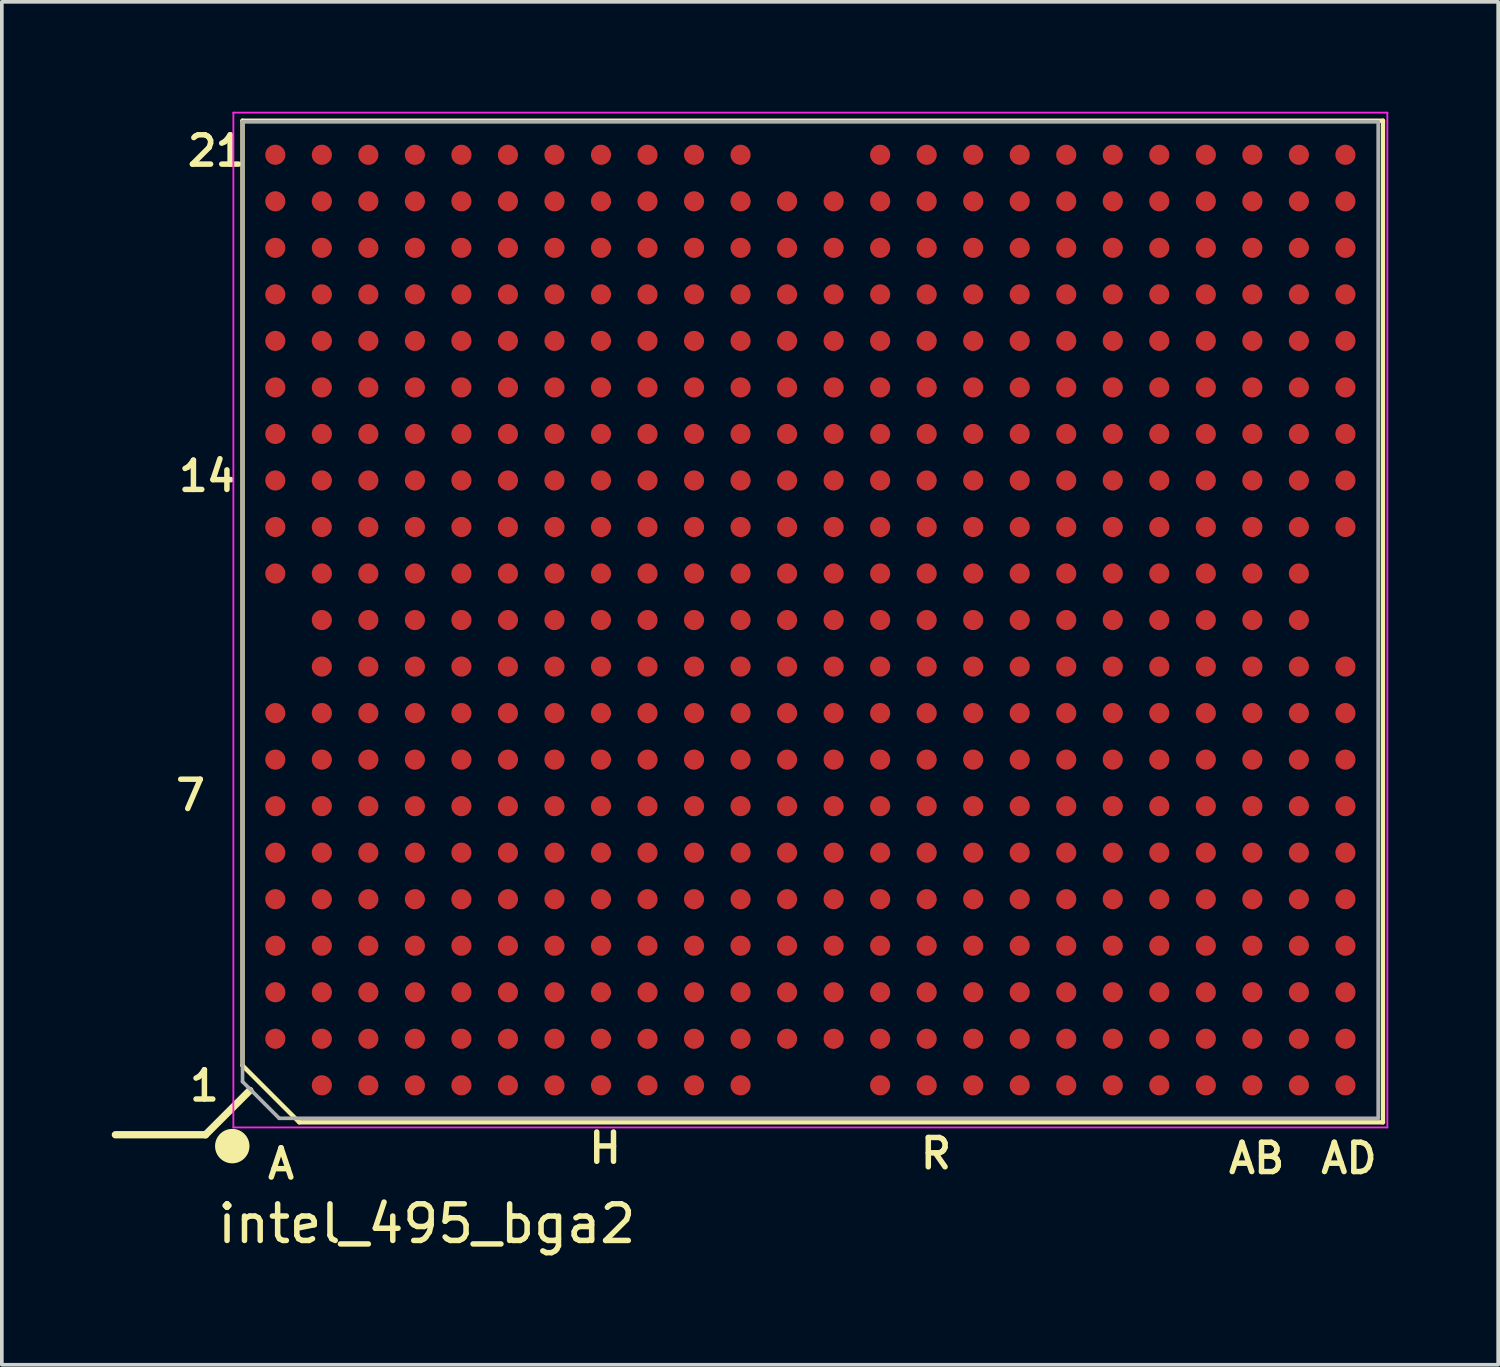
<source format=kicad_pcb>
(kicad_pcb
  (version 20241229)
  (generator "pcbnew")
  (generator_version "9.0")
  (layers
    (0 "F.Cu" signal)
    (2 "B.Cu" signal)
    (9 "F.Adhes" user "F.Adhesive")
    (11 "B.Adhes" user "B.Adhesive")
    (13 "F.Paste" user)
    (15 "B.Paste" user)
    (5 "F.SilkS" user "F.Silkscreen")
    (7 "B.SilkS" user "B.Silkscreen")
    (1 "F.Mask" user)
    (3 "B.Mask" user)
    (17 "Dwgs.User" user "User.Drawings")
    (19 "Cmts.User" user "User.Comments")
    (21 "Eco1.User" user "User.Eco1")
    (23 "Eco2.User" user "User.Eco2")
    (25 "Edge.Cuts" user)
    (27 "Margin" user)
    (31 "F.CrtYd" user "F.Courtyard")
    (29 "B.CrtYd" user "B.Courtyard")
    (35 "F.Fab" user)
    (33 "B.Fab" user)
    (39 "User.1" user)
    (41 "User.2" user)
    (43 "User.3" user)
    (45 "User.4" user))
  (footprint "intel_495_bga2"
    (layer "F.Cu")
    (at 19.07 13.875)
    (property "Reference" "intel_495_bga2" (at -10.47 16.48 0) (layer "F.SilkS") (effects (font (size 1 1) (thickness 0.15))))
    (attr through_hole)
    (fp_line (start -16.51 14.05) (end -18.97 14.05) (stroke (width 0.2) (type solid)) (layer "F.SilkS"))
    (fp_line (start -15.5 -13.63) (end -15.5 12.16) (stroke (width 0.12) (type default)) (layer "F.SilkS"))
    (fp_line (start -15.5 -13.63) (end 15.63 -13.63) (stroke (width 0.12) (type default)) (layer "F.SilkS"))
    (fp_line (start -15.5 12.16) (end -13.95 13.71) (stroke (width 0.12) (type default)) (layer "F.SilkS"))
    (fp_line (start -15.3 12.84) (end -16.51 14.05) (stroke (width 0.2) (type solid)) (layer "F.SilkS"))
    (fp_line (start -13.95 13.71) (end 15.63 13.71) (stroke (width 0.12) (type default)) (layer "F.SilkS"))
    (fp_line (start 15.63 13.71) (end 15.63 -13.63) (stroke (width 0.12) (type default)) (layer "F.SilkS"))
    (fp_circle (center -15.78 14.36) (end -15.41 14.36) (stroke (width 0.2) (type solid)) (fill yes) (layer "F.SilkS"))
    (fp_line (start -15.75 -13.85) (end 15.75 -13.85) (stroke (width 0.05) (type default)) (layer "F.CrtYd"))
    (fp_line (start -15.75 13.85) (end -15.75 -13.85) (stroke (width 0.05) (type default)) (layer "F.CrtYd"))
    (fp_line (start 15.75 -13.85) (end 15.75 13.85) (stroke (width 0.05) (type default)) (layer "F.CrtYd"))
    (fp_line (start 15.75 13.85) (end -15.75 13.85) (stroke (width 0.05) (type default)) (layer "F.CrtYd"))
    (fp_line (start -15.5 -13.6) (end -15.5 12.6) (stroke (width 0.1) (type default)) (layer "F.Fab"))
    (fp_line (start -15.5 12.6) (end -14.5 13.6) (stroke (width 0.1) (type default)) (layer "F.Fab"))
    (fp_line (start -14.5 13.6) (end 15.5 13.6) (stroke (width 0.1) (type default)) (layer "F.Fab"))
    (fp_line (start 15.5 -13.6) (end -15.5 -13.6) (stroke (width 0.1) (type default)) (layer "F.Fab"))
    (fp_line (start 15.5 13.6) (end 15.5 -13.6) (stroke (width 0.1) (type default)) (layer "F.Fab"))
    (fp_text user "A" (at -14.89 15.31 0) (unlocked yes) (layer "F.SilkS") (effects (font (size 0.8 0.8) (thickness 0.15)) (justify left bottom)))
    (fp_text user "1" (at -17.02 13.18 0) (unlocked yes) (layer "F.SilkS") (effects (font (size 0.8 0.8) (thickness 0.15)) (justify left bottom)))
    (fp_text user "AB" (at 11.34 15.16 0) (unlocked yes) (layer "F.SilkS") (effects (font (size 0.8 0.8) (thickness 0.15)) (justify left bottom)))
    (fp_text user "H" (at -6.12 14.88 0) (unlocked yes) (layer "F.SilkS") (effects (font (size 0.8 0.8) (thickness 0.15)) (justify left bottom)))
    (fp_text user "AD" (at 13.86 15.16 0) (unlocked yes) (layer "F.SilkS") (effects (font (size 0.8 0.8) (thickness 0.15)) (justify left bottom)))
    (fp_text user "21" (at -17.08 -12.34 0) (unlocked yes) (layer "F.SilkS") (effects (font (size 0.8 0.8) (thickness 0.15)) (justify left bottom)))
    (fp_text user "7" (at -17.4 5.25 0) (unlocked yes) (layer "F.SilkS") (effects (font (size 0.8 0.8) (thickness 0.15)) (justify left bottom)))
    (fp_text user "R" (at 2.93 15.03 0) (unlocked yes) (layer "F.SilkS") (effects (font (size 0.8 0.8) (thickness 0.15)) (justify left bottom)))
    (fp_text user "14" (at -17.32 -3.46 0) (unlocked yes) (layer "F.SilkS") (effects (font (size 0.8 0.8) (thickness 0.15)) (justify left bottom)))
    (pad "A2" smd circle (at -14.605 11.43 90) (size 0.55 0.55) (layers "F.Cu" "F.Mask" "F.Paste"))
    (pad "A3" smd circle (at -14.605 10.16 90) (size 0.55 0.55) (layers "F.Cu" "F.Mask" "F.Paste"))
    (pad "A4" smd circle (at -14.605 8.89 90) (size 0.55 0.55) (layers "F.Cu" "F.Mask" "F.Paste"))
    (pad "A5" smd circle (at -14.605 7.62 90) (size 0.55 0.55) (layers "F.Cu" "F.Mask" "F.Paste"))
    (pad "A6" smd circle (at -14.605 6.35 90) (size 0.55 0.55) (layers "F.Cu" "F.Mask" "F.Paste"))
    (pad "A7" smd circle (at -14.605 5.08 90) (size 0.55 0.55) (layers "F.Cu" "F.Mask" "F.Paste"))
    (pad "A8" smd circle (at -14.605 3.81 90) (size 0.55 0.55) (layers "F.Cu" "F.Mask" "F.Paste"))
    (pad "A9" smd circle (at -14.605 2.54 90) (size 0.55 0.55) (layers "F.Cu" "F.Mask" "F.Paste"))
    (pad "A12" smd circle (at -14.605 -1.27 90) (size 0.55 0.55) (layers "F.Cu" "F.Mask" "F.Paste"))
    (pad "A13" smd circle (at -14.605 -2.54 90) (size 0.55 0.55) (layers "F.Cu" "F.Mask" "F.Paste"))
    (pad "A14" smd circle (at -14.605 -3.81 90) (size 0.55 0.55) (layers "F.Cu" "F.Mask" "F.Paste"))
    (pad "A15" smd circle (at -14.605 -5.08 90) (size 0.55 0.55) (layers "F.Cu" "F.Mask" "F.Paste"))
    (pad "A16" smd circle (at -14.605 -6.35 90) (size 0.55 0.55) (layers "F.Cu" "F.Mask" "F.Paste"))
    (pad "A17" smd circle (at -14.605 -7.62 90) (size 0.55 0.55) (layers "F.Cu" "F.Mask" "F.Paste"))
    (pad "A18" smd circle (at -14.605 -8.89 90) (size 0.55 0.55) (layers "F.Cu" "F.Mask" "F.Paste"))
    (pad "A19" smd circle (at -14.605 -10.16 90) (size 0.55 0.55) (layers "F.Cu" "F.Mask" "F.Paste"))
    (pad "A20" smd circle (at -14.605 -11.43 90) (size 0.55 0.55) (layers "F.Cu" "F.Mask" "F.Paste"))
    (pad "A21" smd circle (at -14.605 -12.7 90) (size 0.55 0.55) (layers "F.Cu" "F.Mask" "F.Paste"))
    (pad "AA1" smd circle (at 10.795 12.7 90) (size 0.55 0.55) (layers "F.Cu" "F.Mask" "F.Paste"))
    (pad "AA2" smd circle (at 10.795 11.43 90) (size 0.55 0.55) (layers "F.Cu" "F.Mask" "F.Paste"))
    (pad "AA3" smd circle (at 10.795 10.16 90) (size 0.55 0.55) (layers "F.Cu" "F.Mask" "F.Paste"))
    (pad "AA4" smd circle (at 10.795 8.89 90) (size 0.55 0.55) (layers "F.Cu" "F.Mask" "F.Paste"))
    (pad "AA5" smd circle (at 10.795 7.62 90) (size 0.55 0.55) (layers "F.Cu" "F.Mask" "F.Paste"))
    (pad "AA6" smd circle (at 10.795 6.35 90) (size 0.55 0.55) (layers "F.Cu" "F.Mask" "F.Paste"))
    (pad "AA7" smd circle (at 10.795 5.08 90) (size 0.55 0.55) (layers "F.Cu" "F.Mask" "F.Paste"))
    (pad "AA8" smd circle (at 10.795 3.81 90) (size 0.55 0.55) (layers "F.Cu" "F.Mask" "F.Paste"))
    (pad "AA9" smd circle (at 10.795 2.54 90) (size 0.55 0.55) (layers "F.Cu" "F.Mask" "F.Paste"))
    (pad "AA10" smd circle (at 10.795 1.27 90) (size 0.55 0.55) (layers "F.Cu" "F.Mask" "F.Paste"))
    (pad "AA11" smd circle (at 10.795 0 90) (size 0.55 0.55) (layers "F.Cu" "F.Mask" "F.Paste"))
    (pad "AA12" smd circle (at 10.795 -1.27 90) (size 0.55 0.55) (layers "F.Cu" "F.Mask" "F.Paste"))
    (pad "AA13" smd circle (at 10.795 -2.54 90) (size 0.55 0.55) (layers "F.Cu" "F.Mask" "F.Paste"))
    (pad "AA14" smd circle (at 10.795 -3.81 90) (size 0.55 0.55) (layers "F.Cu" "F.Mask" "F.Paste"))
    (pad "AA15" smd circle (at 10.795 -5.08 90) (size 0.55 0.55) (layers "F.Cu" "F.Mask" "F.Paste"))
    (pad "AA16" smd circle (at 10.795 -6.35 90) (size 0.55 0.55) (layers "F.Cu" "F.Mask" "F.Paste"))
    (pad "AA17" smd circle (at 10.795 -7.62 90) (size 0.55 0.55) (layers "F.Cu" "F.Mask" "F.Paste"))
    (pad "AA18" smd circle (at 10.795 -8.89 90) (size 0.55 0.55) (layers "F.Cu" "F.Mask" "F.Paste"))
    (pad "AA19" smd circle (at 10.795 -10.16 90) (size 0.55 0.55) (layers "F.Cu" "F.Mask" "F.Paste"))
    (pad "AA20" smd circle (at 10.795 -11.43 90) (size 0.55 0.55) (layers "F.Cu" "F.Mask" "F.Paste"))
    (pad "AA21" smd circle (at 10.795 -12.7 90) (size 0.55 0.55) (layers "F.Cu" "F.Mask" "F.Paste"))
    (pad "AB1" smd circle (at 12.065 12.7 90) (size 0.55 0.55) (layers "F.Cu" "F.Mask" "F.Paste"))
    (pad "AB2" smd circle (at 12.065 11.43 90) (size 0.55 0.55) (layers "F.Cu" "F.Mask" "F.Paste"))
    (pad "AB3" smd circle (at 12.065 10.16 90) (size 0.55 0.55) (layers "F.Cu" "F.Mask" "F.Paste"))
    (pad "AB4" smd circle (at 12.065 8.89 90) (size 0.55 0.55) (layers "F.Cu" "F.Mask" "F.Paste"))
    (pad "AB5" smd circle (at 12.065 7.62 90) (size 0.55 0.55) (layers "F.Cu" "F.Mask" "F.Paste"))
    (pad "AB6" smd circle (at 12.065 6.35 90) (size 0.55 0.55) (layers "F.Cu" "F.Mask" "F.Paste"))
    (pad "AB7" smd circle (at 12.065 5.08 90) (size 0.55 0.55) (layers "F.Cu" "F.Mask" "F.Paste"))
    (pad "AB8" smd circle (at 12.065 3.81 90) (size 0.55 0.55) (layers "F.Cu" "F.Mask" "F.Paste"))
    (pad "AB9" smd circle (at 12.065 2.54 90) (size 0.55 0.55) (layers "F.Cu" "F.Mask" "F.Paste"))
    (pad "AB10" smd circle (at 12.065 1.27 90) (size 0.55 0.55) (layers "F.Cu" "F.Mask" "F.Paste"))
    (pad "AB11" smd circle (at 12.065 0 90) (size 0.55 0.55) (layers "F.Cu" "F.Mask" "F.Paste"))
    (pad "AB12" smd circle (at 12.065 -1.27 90) (size 0.55 0.55) (layers "F.Cu" "F.Mask" "F.Paste"))
    (pad "AB13" smd circle (at 12.065 -2.54 90) (size 0.55 0.55) (layers "F.Cu" "F.Mask" "F.Paste"))
    (pad "AB14" smd circle (at 12.065 -3.81 90) (size 0.55 0.55) (layers "F.Cu" "F.Mask" "F.Paste"))
    (pad "AB15" smd circle (at 12.065 -5.08 90) (size 0.55 0.55) (layers "F.Cu" "F.Mask" "F.Paste"))
    (pad "AB16" smd circle (at 12.065 -6.35 90) (size 0.55 0.55) (layers "F.Cu" "F.Mask" "F.Paste"))
    (pad "AB17" smd circle (at 12.065 -7.62 90) (size 0.55 0.55) (layers "F.Cu" "F.Mask" "F.Paste"))
    (pad "AB18" smd circle (at 12.065 -8.89 90) (size 0.55 0.55) (layers "F.Cu" "F.Mask" "F.Paste"))
    (pad "AB19" smd circle (at 12.065 -10.16 90) (size 0.55 0.55) (layers "F.Cu" "F.Mask" "F.Paste"))
    (pad "AB20" smd circle (at 12.065 -11.43 90) (size 0.55 0.55) (layers "F.Cu" "F.Mask" "F.Paste"))
    (pad "AB21" smd circle (at 12.065 -12.7 90) (size 0.55 0.55) (layers "F.Cu" "F.Mask" "F.Paste"))
    (pad "AC1" smd circle (at 13.335 12.7 90) (size 0.55 0.55) (layers "F.Cu" "F.Mask" "F.Paste"))
    (pad "AC2" smd circle (at 13.335 11.43 90) (size 0.55 0.55) (layers "F.Cu" "F.Mask" "F.Paste"))
    (pad "AC3" smd circle (at 13.335 10.16 90) (size 0.55 0.55) (layers "F.Cu" "F.Mask" "F.Paste"))
    (pad "AC4" smd circle (at 13.335 8.89 90) (size 0.55 0.55) (layers "F.Cu" "F.Mask" "F.Paste"))
    (pad "AC5" smd circle (at 13.335 7.62 90) (size 0.55 0.55) (layers "F.Cu" "F.Mask" "F.Paste"))
    (pad "AC6" smd circle (at 13.335 6.35 90) (size 0.55 0.55) (layers "F.Cu" "F.Mask" "F.Paste"))
    (pad "AC7" smd circle (at 13.335 5.08 90) (size 0.55 0.55) (layers "F.Cu" "F.Mask" "F.Paste"))
    (pad "AC8" smd circle (at 13.335 3.81 90) (size 0.55 0.55) (layers "F.Cu" "F.Mask" "F.Paste"))
    (pad "AC9" smd circle (at 13.335 2.54 90) (size 0.55 0.55) (layers "F.Cu" "F.Mask" "F.Paste"))
    (pad "AC10" smd circle (at 13.335 1.27 90) (size 0.55 0.55) (layers "F.Cu" "F.Mask" "F.Paste"))
    (pad "AC11" smd circle (at 13.335 0 90) (size 0.55 0.55) (layers "F.Cu" "F.Mask" "F.Paste"))
    (pad "AC12" smd circle (at 13.335 -1.27 90) (size 0.55 0.55) (layers "F.Cu" "F.Mask" "F.Paste"))
    (pad "AC13" smd circle (at 13.335 -2.54 90) (size 0.55 0.55) (layers "F.Cu" "F.Mask" "F.Paste"))
    (pad "AC14" smd circle (at 13.335 -3.81 90) (size 0.55 0.55) (layers "F.Cu" "F.Mask" "F.Paste"))
    (pad "AC15" smd circle (at 13.335 -5.08 90) (size 0.55 0.55) (layers "F.Cu" "F.Mask" "F.Paste"))
    (pad "AC16" smd circle (at 13.335 -6.35 90) (size 0.55 0.55) (layers "F.Cu" "F.Mask" "F.Paste"))
    (pad "AC17" smd circle (at 13.335 -7.62 90) (size 0.55 0.55) (layers "F.Cu" "F.Mask" "F.Paste"))
    (pad "AC18" smd circle (at 13.335 -8.89 90) (size 0.55 0.55) (layers "F.Cu" "F.Mask" "F.Paste"))
    (pad "AC19" smd circle (at 13.335 -10.16 90) (size 0.55 0.55) (layers "F.Cu" "F.Mask" "F.Paste"))
    (pad "AC20" smd circle (at 13.335 -11.43 90) (size 0.55 0.55) (layers "F.Cu" "F.Mask" "F.Paste"))
    (pad "AC21" smd circle (at 13.335 -12.7 90) (size 0.55 0.55) (layers "F.Cu" "F.Mask" "F.Paste"))
    (pad "AD1" smd circle (at 14.605 12.7 90) (size 0.55 0.55) (layers "F.Cu" "F.Mask" "F.Paste"))
    (pad "AD2" smd circle (at 14.605 11.43 90) (size 0.55 0.55) (layers "F.Cu" "F.Mask" "F.Paste"))
    (pad "AD3" smd circle (at 14.605 10.16 90) (size 0.55 0.55) (layers "F.Cu" "F.Mask" "F.Paste"))
    (pad "AD4" smd circle (at 14.605 8.89 90) (size 0.55 0.55) (layers "F.Cu" "F.Mask" "F.Paste"))
    (pad "AD5" smd circle (at 14.605 7.62 90) (size 0.55 0.55) (layers "F.Cu" "F.Mask" "F.Paste"))
    (pad "AD6" smd circle (at 14.605 6.35 90) (size 0.55 0.55) (layers "F.Cu" "F.Mask" "F.Paste"))
    (pad "AD7" smd circle (at 14.605 5.08 90) (size 0.55 0.55) (layers "F.Cu" "F.Mask" "F.Paste"))
    (pad "AD8" smd circle (at 14.605 3.81 90) (size 0.55 0.55) (layers "F.Cu" "F.Mask" "F.Paste"))
    (pad "AD9" smd circle (at 14.605 2.54 90) (size 0.55 0.55) (layers "F.Cu" "F.Mask" "F.Paste"))
    (pad "AD10" smd circle (at 14.605 1.27 90) (size 0.55 0.55) (layers "F.Cu" "F.Mask" "F.Paste"))
    (pad "AD13" smd circle (at 14.605 -2.54 90) (size 0.55 0.55) (layers "F.Cu" "F.Mask" "F.Paste"))
    (pad "AD14" smd circle (at 14.605 -3.81 90) (size 0.55 0.55) (layers "F.Cu" "F.Mask" "F.Paste"))
    (pad "AD15" smd circle (at 14.605 -5.08 90) (size 0.55 0.55) (layers "F.Cu" "F.Mask" "F.Paste"))
    (pad "AD16" smd circle (at 14.605 -6.35 90) (size 0.55 0.55) (layers "F.Cu" "F.Mask" "F.Paste"))
    (pad "AD17" smd circle (at 14.605 -7.62 90) (size 0.55 0.55) (layers "F.Cu" "F.Mask" "F.Paste"))
    (pad "AD18" smd circle (at 14.605 -8.89 90) (size 0.55 0.55) (layers "F.Cu" "F.Mask" "F.Paste"))
    (pad "AD19" smd circle (at 14.605 -10.16 90) (size 0.55 0.55) (layers "F.Cu" "F.Mask" "F.Paste"))
    (pad "AD20" smd circle (at 14.605 -11.43 90) (size 0.55 0.55) (layers "F.Cu" "F.Mask" "F.Paste"))
    (pad "AD21" smd circle (at 14.605 -12.7 90) (size 0.55 0.55) (layers "F.Cu" "F.Mask" "F.Paste"))
    (pad "B1" smd circle (at -13.335 12.7 90) (size 0.55 0.55) (layers "F.Cu" "F.Mask" "F.Paste"))
    (pad "B2" smd circle (at -13.335 11.43 90) (size 0.55 0.55) (layers "F.Cu" "F.Mask" "F.Paste"))
    (pad "B3" smd circle (at -13.335 10.16 90) (size 0.55 0.55) (layers "F.Cu" "F.Mask" "F.Paste"))
    (pad "B4" smd circle (at -13.335 8.89 90) (size 0.55 0.55) (layers "F.Cu" "F.Mask" "F.Paste"))
    (pad "B5" smd circle (at -13.335 7.62 90) (size 0.55 0.55) (layers "F.Cu" "F.Mask" "F.Paste"))
    (pad "B6" smd circle (at -13.335 6.35 90) (size 0.55 0.55) (layers "F.Cu" "F.Mask" "F.Paste"))
    (pad "B7" smd circle (at -13.335 5.08 90) (size 0.55 0.55) (layers "F.Cu" "F.Mask" "F.Paste"))
    (pad "B8" smd circle (at -13.335 3.81 90) (size 0.55 0.55) (layers "F.Cu" "F.Mask" "F.Paste"))
    (pad "B9" smd circle (at -13.335 2.54 90) (size 0.55 0.55) (layers "F.Cu" "F.Mask" "F.Paste"))
    (pad "B10" smd circle (at -13.335 1.27 90) (size 0.55 0.55) (layers "F.Cu" "F.Mask" "F.Paste"))
    (pad "B11" smd circle (at -13.335 0 90) (size 0.55 0.55) (layers "F.Cu" "F.Mask" "F.Paste"))
    (pad "B12" smd circle (at -13.335 -1.27 90) (size 0.55 0.55) (layers "F.Cu" "F.Mask" "F.Paste"))
    (pad "B13" smd circle (at -13.335 -2.54 90) (size 0.55 0.55) (layers "F.Cu" "F.Mask" "F.Paste"))
    (pad "B14" smd circle (at -13.335 -3.81 90) (size 0.55 0.55) (layers "F.Cu" "F.Mask" "F.Paste"))
    (pad "B15" smd circle (at -13.335 -5.08 90) (size 0.55 0.55) (layers "F.Cu" "F.Mask" "F.Paste"))
    (pad "B16" smd circle (at -13.335 -6.35 90) (size 0.55 0.55) (layers "F.Cu" "F.Mask" "F.Paste"))
    (pad "B17" smd circle (at -13.335 -7.62 90) (size 0.55 0.55) (layers "F.Cu" "F.Mask" "F.Paste"))
    (pad "B18" smd circle (at -13.335 -8.89 90) (size 0.55 0.55) (layers "F.Cu" "F.Mask" "F.Paste"))
    (pad "B19" smd circle (at -13.335 -10.16 90) (size 0.55 0.55) (layers "F.Cu" "F.Mask" "F.Paste"))
    (pad "B20" smd circle (at -13.335 -11.43 90) (size 0.55 0.55) (layers "F.Cu" "F.Mask" "F.Paste"))
    (pad "B21" smd circle (at -13.335 -12.7 90) (size 0.55 0.55) (layers "F.Cu" "F.Mask" "F.Paste"))
    (pad "C1" smd circle (at -12.065 12.7 90) (size 0.55 0.55) (layers "F.Cu" "F.Mask" "F.Paste"))
    (pad "C2" smd circle (at -12.065 11.43 90) (size 0.55 0.55) (layers "F.Cu" "F.Mask" "F.Paste"))
    (pad "C3" smd circle (at -12.065 10.16 90) (size 0.55 0.55) (layers "F.Cu" "F.Mask" "F.Paste"))
    (pad "C4" smd circle (at -12.065 8.89 90) (size 0.55 0.55) (layers "F.Cu" "F.Mask" "F.Paste"))
    (pad "C5" smd circle (at -12.065 7.62 90) (size 0.55 0.55) (layers "F.Cu" "F.Mask" "F.Paste"))
    (pad "C6" smd circle (at -12.065 6.35 90) (size 0.55 0.55) (layers "F.Cu" "F.Mask" "F.Paste"))
    (pad "C7" smd circle (at -12.065 5.08 90) (size 0.55 0.55) (layers "F.Cu" "F.Mask" "F.Paste"))
    (pad "C8" smd circle (at -12.065 3.81 90) (size 0.55 0.55) (layers "F.Cu" "F.Mask" "F.Paste"))
    (pad "C9" smd circle (at -12.065 2.54 90) (size 0.55 0.55) (layers "F.Cu" "F.Mask" "F.Paste"))
    (pad "C10" smd circle (at -12.065 1.27 90) (size 0.55 0.55) (layers "F.Cu" "F.Mask" "F.Paste"))
    (pad "C11" smd circle (at -12.065 0 90) (size 0.55 0.55) (layers "F.Cu" "F.Mask" "F.Paste"))
    (pad "C12" smd circle (at -12.065 -1.27 90) (size 0.55 0.55) (layers "F.Cu" "F.Mask" "F.Paste"))
    (pad "C13" smd circle (at -12.065 -2.54 90) (size 0.55 0.55) (layers "F.Cu" "F.Mask" "F.Paste"))
    (pad "C14" smd circle (at -12.065 -3.81 90) (size 0.55 0.55) (layers "F.Cu" "F.Mask" "F.Paste"))
    (pad "C15" smd circle (at -12.065 -5.08 90) (size 0.55 0.55) (layers "F.Cu" "F.Mask" "F.Paste"))
    (pad "C16" smd circle (at -12.065 -6.35 90) (size 0.55 0.55) (layers "F.Cu" "F.Mask" "F.Paste"))
    (pad "C17" smd circle (at -12.065 -7.62 90) (size 0.55 0.55) (layers "F.Cu" "F.Mask" "F.Paste"))
    (pad "C18" smd circle (at -12.065 -8.89 90) (size 0.55 0.55) (layers "F.Cu" "F.Mask" "F.Paste"))
    (pad "C19" smd circle (at -12.065 -10.16 90) (size 0.55 0.55) (layers "F.Cu" "F.Mask" "F.Paste"))
    (pad "C20" smd circle (at -12.065 -11.43 90) (size 0.55 0.55) (layers "F.Cu" "F.Mask" "F.Paste"))
    (pad "C21" smd circle (at -12.065 -12.7 90) (size 0.55 0.55) (layers "F.Cu" "F.Mask" "F.Paste"))
    (pad "D1" smd circle (at -10.795 12.7 90) (size 0.55 0.55) (layers "F.Cu" "F.Mask" "F.Paste"))
    (pad "D2" smd circle (at -10.795 11.43 90) (size 0.55 0.55) (layers "F.Cu" "F.Mask" "F.Paste"))
    (pad "D3" smd circle (at -10.795 10.16 90) (size 0.55 0.55) (layers "F.Cu" "F.Mask" "F.Paste"))
    (pad "D4" smd circle (at -10.795 8.89 90) (size 0.55 0.55) (layers "F.Cu" "F.Mask" "F.Paste"))
    (pad "D5" smd circle (at -10.795 7.62 90) (size 0.55 0.55) (layers "F.Cu" "F.Mask" "F.Paste"))
    (pad "D6" smd circle (at -10.795 6.35 90) (size 0.55 0.55) (layers "F.Cu" "F.Mask" "F.Paste"))
    (pad "D7" smd circle (at -10.795 5.08 90) (size 0.55 0.55) (layers "F.Cu" "F.Mask" "F.Paste"))
    (pad "D8" smd circle (at -10.795 3.81 90) (size 0.55 0.55) (layers "F.Cu" "F.Mask" "F.Paste"))
    (pad "D9" smd circle (at -10.795 2.54 90) (size 0.55 0.55) (layers "F.Cu" "F.Mask" "F.Paste"))
    (pad "D10" smd circle (at -10.795 1.27 90) (size 0.55 0.55) (layers "F.Cu" "F.Mask" "F.Paste"))
    (pad "D11" smd circle (at -10.795 0 90) (size 0.55 0.55) (layers "F.Cu" "F.Mask" "F.Paste"))
    (pad "D12" smd circle (at -10.795 -1.27 90) (size 0.55 0.55) (layers "F.Cu" "F.Mask" "F.Paste"))
    (pad "D13" smd circle (at -10.795 -2.54 90) (size 0.55 0.55) (layers "F.Cu" "F.Mask" "F.Paste"))
    (pad "D14" smd circle (at -10.795 -3.81 90) (size 0.55 0.55) (layers "F.Cu" "F.Mask" "F.Paste"))
    (pad "D15" smd circle (at -10.795 -5.08 90) (size 0.55 0.55) (layers "F.Cu" "F.Mask" "F.Paste"))
    (pad "D16" smd circle (at -10.795 -6.35 90) (size 0.55 0.55) (layers "F.Cu" "F.Mask" "F.Paste"))
    (pad "D17" smd circle (at -10.795 -7.62 90) (size 0.55 0.55) (layers "F.Cu" "F.Mask" "F.Paste"))
    (pad "D18" smd circle (at -10.795 -8.89 90) (size 0.55 0.55) (layers "F.Cu" "F.Mask" "F.Paste"))
    (pad "D19" smd circle (at -10.795 -10.16 90) (size 0.55 0.55) (layers "F.Cu" "F.Mask" "F.Paste"))
    (pad "D20" smd circle (at -10.795 -11.43 90) (size 0.55 0.55) (layers "F.Cu" "F.Mask" "F.Paste"))
    (pad "D21" smd circle (at -10.795 -12.7 90) (size 0.55 0.55) (layers "F.Cu" "F.Mask" "F.Paste"))
    (pad "E1" smd circle (at -9.525 12.7 90) (size 0.55 0.55) (layers "F.Cu" "F.Mask" "F.Paste"))
    (pad "E2" smd circle (at -9.525 11.43 90) (size 0.55 0.55) (layers "F.Cu" "F.Mask" "F.Paste"))
    (pad "E3" smd circle (at -9.525 10.16 90) (size 0.55 0.55) (layers "F.Cu" "F.Mask" "F.Paste"))
    (pad "E4" smd circle (at -9.525 8.89 90) (size 0.55 0.55) (layers "F.Cu" "F.Mask" "F.Paste"))
    (pad "E5" smd circle (at -9.525 7.62 90) (size 0.55 0.55) (layers "F.Cu" "F.Mask" "F.Paste"))
    (pad "E6" smd circle (at -9.525 6.35 90) (size 0.55 0.55) (layers "F.Cu" "F.Mask" "F.Paste"))
    (pad "E7" smd circle (at -9.525 5.08 90) (size 0.55 0.55) (layers "F.Cu" "F.Mask" "F.Paste"))
    (pad "E8" smd circle (at -9.525 3.81 90) (size 0.55 0.55) (layers "F.Cu" "F.Mask" "F.Paste"))
    (pad "E9" smd circle (at -9.525 2.54 90) (size 0.55 0.55) (layers "F.Cu" "F.Mask" "F.Paste"))
    (pad "E10" smd circle (at -9.525 1.27 90) (size 0.55 0.55) (layers "F.Cu" "F.Mask" "F.Paste"))
    (pad "E11" smd circle (at -9.525 0 90) (size 0.55 0.55) (layers "F.Cu" "F.Mask" "F.Paste"))
    (pad "E12" smd circle (at -9.525 -1.27 90) (size 0.55 0.55) (layers "F.Cu" "F.Mask" "F.Paste"))
    (pad "E13" smd circle (at -9.525 -2.54 90) (size 0.55 0.55) (layers "F.Cu" "F.Mask" "F.Paste"))
    (pad "E14" smd circle (at -9.525 -3.81 90) (size 0.55 0.55) (layers "F.Cu" "F.Mask" "F.Paste"))
    (pad "E15" smd circle (at -9.525 -5.08 90) (size 0.55 0.55) (layers "F.Cu" "F.Mask" "F.Paste"))
    (pad "E16" smd circle (at -9.525 -6.35 90) (size 0.55 0.55) (layers "F.Cu" "F.Mask" "F.Paste"))
    (pad "E17" smd circle (at -9.525 -7.62 90) (size 0.55 0.55) (layers "F.Cu" "F.Mask" "F.Paste"))
    (pad "E18" smd circle (at -9.525 -8.89 90) (size 0.55 0.55) (layers "F.Cu" "F.Mask" "F.Paste"))
    (pad "E19" smd circle (at -9.525 -10.16 90) (size 0.55 0.55) (layers "F.Cu" "F.Mask" "F.Paste"))
    (pad "E20" smd circle (at -9.525 -11.43 90) (size 0.55 0.55) (layers "F.Cu" "F.Mask" "F.Paste"))
    (pad "E21" smd circle (at -9.525 -12.7 90) (size 0.55 0.55) (layers "F.Cu" "F.Mask" "F.Paste"))
    (pad "F1" smd circle (at -8.255 12.7 90) (size 0.55 0.55) (layers "F.Cu" "F.Mask" "F.Paste"))
    (pad "F2" smd circle (at -8.255 11.43 90) (size 0.55 0.55) (layers "F.Cu" "F.Mask" "F.Paste"))
    (pad "F3" smd circle (at -8.255 10.16 90) (size 0.55 0.55) (layers "F.Cu" "F.Mask" "F.Paste"))
    (pad "F4" smd circle (at -8.255 8.89 90) (size 0.55 0.55) (layers "F.Cu" "F.Mask" "F.Paste"))
    (pad "F5" smd circle (at -8.255 7.62 90) (size 0.55 0.55) (layers "F.Cu" "F.Mask" "F.Paste"))
    (pad "F6" smd circle (at -8.255 6.35 90) (size 0.55 0.55) (layers "F.Cu" "F.Mask" "F.Paste"))
    (pad "F7" smd circle (at -8.255 5.08 90) (size 0.55 0.55) (layers "F.Cu" "F.Mask" "F.Paste"))
    (pad "F8" smd circle (at -8.255 3.81 90) (size 0.55 0.55) (layers "F.Cu" "F.Mask" "F.Paste"))
    (pad "F9" smd circle (at -8.255 2.54 90) (size 0.55 0.55) (layers "F.Cu" "F.Mask" "F.Paste"))
    (pad "F10" smd circle (at -8.255 1.27 90) (size 0.55 0.55) (layers "F.Cu" "F.Mask" "F.Paste"))
    (pad "F11" smd circle (at -8.255 0 90) (size 0.55 0.55) (layers "F.Cu" "F.Mask" "F.Paste"))
    (pad "F12" smd circle (at -8.255 -1.27 90) (size 0.55 0.55) (layers "F.Cu" "F.Mask" "F.Paste"))
    (pad "F13" smd circle (at -8.255 -2.54 90) (size 0.55 0.55) (layers "F.Cu" "F.Mask" "F.Paste"))
    (pad "F14" smd circle (at -8.255 -3.81 90) (size 0.55 0.55) (layers "F.Cu" "F.Mask" "F.Paste"))
    (pad "F15" smd circle (at -8.255 -5.08 90) (size 0.55 0.55) (layers "F.Cu" "F.Mask" "F.Paste"))
    (pad "F16" smd circle (at -8.255 -6.35 90) (size 0.55 0.55) (layers "F.Cu" "F.Mask" "F.Paste"))
    (pad "F17" smd circle (at -8.255 -7.62 90) (size 0.55 0.55) (layers "F.Cu" "F.Mask" "F.Paste"))
    (pad "F18" smd circle (at -8.255 -8.89 90) (size 0.55 0.55) (layers "F.Cu" "F.Mask" "F.Paste"))
    (pad "F19" smd circle (at -8.255 -10.16 90) (size 0.55 0.55) (layers "F.Cu" "F.Mask" "F.Paste"))
    (pad "F20" smd circle (at -8.255 -11.43 90) (size 0.55 0.55) (layers "F.Cu" "F.Mask" "F.Paste"))
    (pad "F21" smd circle (at -8.255 -12.7 90) (size 0.55 0.55) (layers "F.Cu" "F.Mask" "F.Paste"))
    (pad "G1" smd circle (at -6.985 12.7 90) (size 0.55 0.55) (layers "F.Cu" "F.Mask" "F.Paste"))
    (pad "G2" smd circle (at -6.985 11.43 90) (size 0.55 0.55) (layers "F.Cu" "F.Mask" "F.Paste"))
    (pad "G3" smd circle (at -6.985 10.16 90) (size 0.55 0.55) (layers "F.Cu" "F.Mask" "F.Paste"))
    (pad "G4" smd circle (at -6.985 8.89 90) (size 0.55 0.55) (layers "F.Cu" "F.Mask" "F.Paste"))
    (pad "G5" smd circle (at -6.985 7.62 90) (size 0.55 0.55) (layers "F.Cu" "F.Mask" "F.Paste"))
    (pad "G6" smd circle (at -6.985 6.35 90) (size 0.55 0.55) (layers "F.Cu" "F.Mask" "F.Paste"))
    (pad "G7" smd circle (at -6.985 5.08 90) (size 0.55 0.55) (layers "F.Cu" "F.Mask" "F.Paste"))
    (pad "G8" smd circle (at -6.985 3.81 90) (size 0.55 0.55) (layers "F.Cu" "F.Mask" "F.Paste"))
    (pad "G9" smd circle (at -6.985 2.54 90) (size 0.55 0.55) (layers "F.Cu" "F.Mask" "F.Paste"))
    (pad "G10" smd circle (at -6.985 1.27 90) (size 0.55 0.55) (layers "F.Cu" "F.Mask" "F.Paste"))
    (pad "G11" smd circle (at -6.985 0 90) (size 0.55 0.55) (layers "F.Cu" "F.Mask" "F.Paste"))
    (pad "G12" smd circle (at -6.985 -1.27 90) (size 0.55 0.55) (layers "F.Cu" "F.Mask" "F.Paste"))
    (pad "G13" smd circle (at -6.985 -2.54 90) (size 0.55 0.55) (layers "F.Cu" "F.Mask" "F.Paste"))
    (pad "G14" smd circle (at -6.985 -3.81 90) (size 0.55 0.55) (layers "F.Cu" "F.Mask" "F.Paste"))
    (pad "G15" smd circle (at -6.985 -5.08 90) (size 0.55 0.55) (layers "F.Cu" "F.Mask" "F.Paste"))
    (pad "G16" smd circle (at -6.985 -6.35 90) (size 0.55 0.55) (layers "F.Cu" "F.Mask" "F.Paste"))
    (pad "G17" smd circle (at -6.985 -7.62 90) (size 0.55 0.55) (layers "F.Cu" "F.Mask" "F.Paste"))
    (pad "G18" smd circle (at -6.985 -8.89 90) (size 0.55 0.55) (layers "F.Cu" "F.Mask" "F.Paste"))
    (pad "G19" smd circle (at -6.985 -10.16 90) (size 0.55 0.55) (layers "F.Cu" "F.Mask" "F.Paste"))
    (pad "G20" smd circle (at -6.985 -11.43 90) (size 0.55 0.55) (layers "F.Cu" "F.Mask" "F.Paste"))
    (pad "G21" smd circle (at -6.985 -12.7 90) (size 0.55 0.55) (layers "F.Cu" "F.Mask" "F.Paste"))
    (pad "H1" smd circle (at -5.715 12.7 90) (size 0.55 0.55) (layers "F.Cu" "F.Mask" "F.Paste"))
    (pad "H2" smd circle (at -5.715 11.43 90) (size 0.55 0.55) (layers "F.Cu" "F.Mask" "F.Paste"))
    (pad "H3" smd circle (at -5.715 10.16 90) (size 0.55 0.55) (layers "F.Cu" "F.Mask" "F.Paste"))
    (pad "H4" smd circle (at -5.715 8.89 90) (size 0.55 0.55) (layers "F.Cu" "F.Mask" "F.Paste"))
    (pad "H5" smd circle (at -5.715 7.62 90) (size 0.55 0.55) (layers "F.Cu" "F.Mask" "F.Paste"))
    (pad "H6" smd circle (at -5.715 6.35 90) (size 0.55 0.55) (layers "F.Cu" "F.Mask" "F.Paste"))
    (pad "H7" smd circle (at -5.715 5.08 90) (size 0.55 0.55) (layers "F.Cu" "F.Mask" "F.Paste"))
    (pad "H8" smd circle (at -5.715 3.81 90) (size 0.55 0.55) (layers "F.Cu" "F.Mask" "F.Paste"))
    (pad "H9" smd circle (at -5.715 2.54 90) (size 0.55 0.55) (layers "F.Cu" "F.Mask" "F.Paste"))
    (pad "H10" smd circle (at -5.715 1.27 90) (size 0.55 0.55) (layers "F.Cu" "F.Mask" "F.Paste"))
    (pad "H11" smd circle (at -5.715 0 90) (size 0.55 0.55) (layers "F.Cu" "F.Mask" "F.Paste"))
    (pad "H12" smd circle (at -5.715 -1.27 90) (size 0.55 0.55) (layers "F.Cu" "F.Mask" "F.Paste"))
    (pad "H13" smd circle (at -5.715 -2.54 90) (size 0.55 0.55) (layers "F.Cu" "F.Mask" "F.Paste"))
    (pad "H14" smd circle (at -5.715 -3.81 90) (size 0.55 0.55) (layers "F.Cu" "F.Mask" "F.Paste"))
    (pad "H15" smd circle (at -5.715 -5.08 90) (size 0.55 0.55) (layers "F.Cu" "F.Mask" "F.Paste"))
    (pad "H16" smd circle (at -5.715 -6.35 90) (size 0.55 0.55) (layers "F.Cu" "F.Mask" "F.Paste"))
    (pad "H17" smd circle (at -5.715 -7.62 90) (size 0.55 0.55) (layers "F.Cu" "F.Mask" "F.Paste"))
    (pad "H18" smd circle (at -5.715 -8.89 90) (size 0.55 0.55) (layers "F.Cu" "F.Mask" "F.Paste"))
    (pad "H19" smd circle (at -5.715 -10.16 90) (size 0.55 0.55) (layers "F.Cu" "F.Mask" "F.Paste"))
    (pad "H20" smd circle (at -5.715 -11.43 90) (size 0.55 0.55) (layers "F.Cu" "F.Mask" "F.Paste"))
    (pad "H21" smd circle (at -5.715 -12.7 90) (size 0.55 0.55) (layers "F.Cu" "F.Mask" "F.Paste"))
    (pad "J1" smd circle (at -4.445 12.7 90) (size 0.55 0.55) (layers "F.Cu" "F.Mask" "F.Paste"))
    (pad "J2" smd circle (at -4.445 11.43 90) (size 0.55 0.55) (layers "F.Cu" "F.Mask" "F.Paste"))
    (pad "J3" smd circle (at -4.445 10.16 90) (size 0.55 0.55) (layers "F.Cu" "F.Mask" "F.Paste"))
    (pad "J4" smd circle (at -4.445 8.89 90) (size 0.55 0.55) (layers "F.Cu" "F.Mask" "F.Paste"))
    (pad "J5" smd circle (at -4.445 7.62 90) (size 0.55 0.55) (layers "F.Cu" "F.Mask" "F.Paste"))
    (pad "J6" smd circle (at -4.445 6.35 90) (size 0.55 0.55) (layers "F.Cu" "F.Mask" "F.Paste"))
    (pad "J7" smd circle (at -4.445 5.08 90) (size 0.55 0.55) (layers "F.Cu" "F.Mask" "F.Paste"))
    (pad "J8" smd circle (at -4.445 3.81 90) (size 0.55 0.55) (layers "F.Cu" "F.Mask" "F.Paste"))
    (pad "J9" smd circle (at -4.445 2.54 90) (size 0.55 0.55) (layers "F.Cu" "F.Mask" "F.Paste"))
    (pad "J10" smd circle (at -4.445 1.27 90) (size 0.55 0.55) (layers "F.Cu" "F.Mask" "F.Paste"))
    (pad "J11" smd circle (at -4.445 0 90) (size 0.55 0.55) (layers "F.Cu" "F.Mask" "F.Paste"))
    (pad "J12" smd circle (at -4.445 -1.27 90) (size 0.55 0.55) (layers "F.Cu" "F.Mask" "F.Paste"))
    (pad "J13" smd circle (at -4.445 -2.54 90) (size 0.55 0.55) (layers "F.Cu" "F.Mask" "F.Paste"))
    (pad "J14" smd circle (at -4.445 -3.81 90) (size 0.55 0.55) (layers "F.Cu" "F.Mask" "F.Paste"))
    (pad "J15" smd circle (at -4.445 -5.08 90) (size 0.55 0.55) (layers "F.Cu" "F.Mask" "F.Paste"))
    (pad "J16" smd circle (at -4.445 -6.35 90) (size 0.55 0.55) (layers "F.Cu" "F.Mask" "F.Paste"))
    (pad "J17" smd circle (at -4.445 -7.62 90) (size 0.55 0.55) (layers "F.Cu" "F.Mask" "F.Paste"))
    (pad "J18" smd circle (at -4.445 -8.89 90) (size 0.55 0.55) (layers "F.Cu" "F.Mask" "F.Paste"))
    (pad "J19" smd circle (at -4.445 -10.16 90) (size 0.55 0.55) (layers "F.Cu" "F.Mask" "F.Paste"))
    (pad "J20" smd circle (at -4.445 -11.43 90) (size 0.55 0.55) (layers "F.Cu" "F.Mask" "F.Paste"))
    (pad "J21" smd circle (at -4.445 -12.7 90) (size 0.55 0.55) (layers "F.Cu" "F.Mask" "F.Paste"))
    (pad "K1" smd circle (at -3.175 12.7 90) (size 0.55 0.55) (layers "F.Cu" "F.Mask" "F.Paste"))
    (pad "K2" smd circle (at -3.175 11.43 90) (size 0.55 0.55) (layers "F.Cu" "F.Mask" "F.Paste"))
    (pad "K3" smd circle (at -3.175 10.16 90) (size 0.55 0.55) (layers "F.Cu" "F.Mask" "F.Paste"))
    (pad "K4" smd circle (at -3.175 8.89 90) (size 0.55 0.55) (layers "F.Cu" "F.Mask" "F.Paste"))
    (pad "K5" smd circle (at -3.175 7.62 90) (size 0.55 0.55) (layers "F.Cu" "F.Mask" "F.Paste"))
    (pad "K6" smd circle (at -3.175 6.35 90) (size 0.55 0.55) (layers "F.Cu" "F.Mask" "F.Paste"))
    (pad "K7" smd circle (at -3.175 5.08 90) (size 0.55 0.55) (layers "F.Cu" "F.Mask" "F.Paste"))
    (pad "K8" smd circle (at -3.175 3.81 90) (size 0.55 0.55) (layers "F.Cu" "F.Mask" "F.Paste"))
    (pad "K9" smd circle (at -3.175 2.54 90) (size 0.55 0.55) (layers "F.Cu" "F.Mask" "F.Paste"))
    (pad "K10" smd circle (at -3.175 1.27 90) (size 0.55 0.55) (layers "F.Cu" "F.Mask" "F.Paste"))
    (pad "K11" smd circle (at -3.175 0 90) (size 0.55 0.55) (layers "F.Cu" "F.Mask" "F.Paste"))
    (pad "K12" smd circle (at -3.175 -1.27 90) (size 0.55 0.55) (layers "F.Cu" "F.Mask" "F.Paste"))
    (pad "K13" smd circle (at -3.175 -2.54 90) (size 0.55 0.55) (layers "F.Cu" "F.Mask" "F.Paste"))
    (pad "K14" smd circle (at -3.175 -3.81 90) (size 0.55 0.55) (layers "F.Cu" "F.Mask" "F.Paste"))
    (pad "K15" smd circle (at -3.175 -5.08 90) (size 0.55 0.55) (layers "F.Cu" "F.Mask" "F.Paste"))
    (pad "K16" smd circle (at -3.175 -6.35 90) (size 0.55 0.55) (layers "F.Cu" "F.Mask" "F.Paste"))
    (pad "K17" smd circle (at -3.175 -7.62 90) (size 0.55 0.55) (layers "F.Cu" "F.Mask" "F.Paste"))
    (pad "K18" smd circle (at -3.175 -8.89 90) (size 0.55 0.55) (layers "F.Cu" "F.Mask" "F.Paste"))
    (pad "K19" smd circle (at -3.175 -10.16 90) (size 0.55 0.55) (layers "F.Cu" "F.Mask" "F.Paste"))
    (pad "K20" smd circle (at -3.175 -11.43 90) (size 0.55 0.55) (layers "F.Cu" "F.Mask" "F.Paste"))
    (pad "K21" smd circle (at -3.175 -12.7 90) (size 0.55 0.55) (layers "F.Cu" "F.Mask" "F.Paste"))
    (pad "L1" smd circle (at -1.905 12.7 90) (size 0.55 0.55) (layers "F.Cu" "F.Mask" "F.Paste"))
    (pad "L2" smd circle (at -1.905 11.43 90) (size 0.55 0.55) (layers "F.Cu" "F.Mask" "F.Paste"))
    (pad "L3" smd circle (at -1.905 10.16 90) (size 0.55 0.55) (layers "F.Cu" "F.Mask" "F.Paste"))
    (pad "L4" smd circle (at -1.905 8.89 90) (size 0.55 0.55) (layers "F.Cu" "F.Mask" "F.Paste"))
    (pad "L5" smd circle (at -1.905 7.62 90) (size 0.55 0.55) (layers "F.Cu" "F.Mask" "F.Paste"))
    (pad "L6" smd circle (at -1.905 6.35 90) (size 0.55 0.55) (layers "F.Cu" "F.Mask" "F.Paste"))
    (pad "L7" smd circle (at -1.905 5.08 90) (size 0.55 0.55) (layers "F.Cu" "F.Mask" "F.Paste"))
    (pad "L8" smd circle (at -1.905 3.81 90) (size 0.55 0.55) (layers "F.Cu" "F.Mask" "F.Paste"))
    (pad "L9" smd circle (at -1.905 2.54 90) (size 0.55 0.55) (layers "F.Cu" "F.Mask" "F.Paste"))
    (pad "L10" smd circle (at -1.905 1.27 90) (size 0.55 0.55) (layers "F.Cu" "F.Mask" "F.Paste"))
    (pad "L11" smd circle (at -1.905 0 90) (size 0.55 0.55) (layers "F.Cu" "F.Mask" "F.Paste"))
    (pad "L12" smd circle (at -1.905 -1.27 90) (size 0.55 0.55) (layers "F.Cu" "F.Mask" "F.Paste"))
    (pad "L13" smd circle (at -1.905 -2.54 90) (size 0.55 0.55) (layers "F.Cu" "F.Mask" "F.Paste"))
    (pad "L14" smd circle (at -1.905 -3.81 90) (size 0.55 0.55) (layers "F.Cu" "F.Mask" "F.Paste"))
    (pad "L15" smd circle (at -1.905 -5.08 90) (size 0.55 0.55) (layers "F.Cu" "F.Mask" "F.Paste"))
    (pad "L16" smd circle (at -1.905 -6.35 90) (size 0.55 0.55) (layers "F.Cu" "F.Mask" "F.Paste"))
    (pad "L17" smd circle (at -1.905 -7.62 90) (size 0.55 0.55) (layers "F.Cu" "F.Mask" "F.Paste"))
    (pad "L18" smd circle (at -1.905 -8.89 90) (size 0.55 0.55) (layers "F.Cu" "F.Mask" "F.Paste"))
    (pad "L19" smd circle (at -1.905 -10.16 90) (size 0.55 0.55) (layers "F.Cu" "F.Mask" "F.Paste"))
    (pad "L20" smd circle (at -1.905 -11.43 90) (size 0.55 0.55) (layers "F.Cu" "F.Mask" "F.Paste"))
    (pad "L21" smd circle (at -1.905 -12.7 90) (size 0.55 0.55) (layers "F.Cu" "F.Mask" "F.Paste"))
    (pad "M2" smd circle (at -0.635 11.43 90) (size 0.55 0.55) (layers "F.Cu" "F.Mask" "F.Paste"))
    (pad "M3" smd circle (at -0.635 10.16 90) (size 0.55 0.55) (layers "F.Cu" "F.Mask" "F.Paste"))
    (pad "M4" smd circle (at -0.635 8.89 90) (size 0.55 0.55) (layers "F.Cu" "F.Mask" "F.Paste"))
    (pad "M5" smd circle (at -0.635 7.62 90) (size 0.55 0.55) (layers "F.Cu" "F.Mask" "F.Paste"))
    (pad "M6" smd circle (at -0.635 6.35 90) (size 0.55 0.55) (layers "F.Cu" "F.Mask" "F.Paste"))
    (pad "M7" smd circle (at -0.635 5.08 90) (size 0.55 0.55) (layers "F.Cu" "F.Mask" "F.Paste"))
    (pad "M8" smd circle (at -0.635 3.81 90) (size 0.55 0.55) (layers "F.Cu" "F.Mask" "F.Paste"))
    (pad "M9" smd circle (at -0.635 2.54 90) (size 0.55 0.55) (layers "F.Cu" "F.Mask" "F.Paste"))
    (pad "M10" smd circle (at -0.635 1.27 90) (size 0.55 0.55) (layers "F.Cu" "F.Mask" "F.Paste"))
    (pad "M11" smd circle (at -0.635 0 90) (size 0.55 0.55) (layers "F.Cu" "F.Mask" "F.Paste"))
    (pad "M12" smd circle (at -0.635 -1.27 90) (size 0.55 0.55) (layers "F.Cu" "F.Mask" "F.Paste"))
    (pad "M13" smd circle (at -0.635 -2.54 90) (size 0.55 0.55) (layers "F.Cu" "F.Mask" "F.Paste"))
    (pad "M14" smd circle (at -0.635 -3.81 90) (size 0.55 0.55) (layers "F.Cu" "F.Mask" "F.Paste"))
    (pad "M15" smd circle (at -0.635 -5.08 90) (size 0.55 0.55) (layers "F.Cu" "F.Mask" "F.Paste"))
    (pad "M16" smd circle (at -0.635 -6.35 90) (size 0.55 0.55) (layers "F.Cu" "F.Mask" "F.Paste"))
    (pad "M17" smd circle (at -0.635 -7.62 90) (size 0.55 0.55) (layers "F.Cu" "F.Mask" "F.Paste"))
    (pad "M18" smd circle (at -0.635 -8.89 90) (size 0.55 0.55) (layers "F.Cu" "F.Mask" "F.Paste"))
    (pad "M19" smd circle (at -0.635 -10.16 90) (size 0.55 0.55) (layers "F.Cu" "F.Mask" "F.Paste"))
    (pad "M20" smd circle (at -0.635 -11.43 90) (size 0.55 0.55) (layers "F.Cu" "F.Mask" "F.Paste"))
    (pad "N2" smd circle (at 0.635 11.43 90) (size 0.55 0.55) (layers "F.Cu" "F.Mask" "F.Paste"))
    (pad "N3" smd circle (at 0.635 10.16 90) (size 0.55 0.55) (layers "F.Cu" "F.Mask" "F.Paste"))
    (pad "N4" smd circle (at 0.635 8.89 90) (size 0.55 0.55) (layers "F.Cu" "F.Mask" "F.Paste"))
    (pad "N5" smd circle (at 0.635 7.62 90) (size 0.55 0.55) (layers "F.Cu" "F.Mask" "F.Paste"))
    (pad "N6" smd circle (at 0.635 6.35 90) (size 0.55 0.55) (layers "F.Cu" "F.Mask" "F.Paste"))
    (pad "N7" smd circle (at 0.635 5.08 90) (size 0.55 0.55) (layers "F.Cu" "F.Mask" "F.Paste"))
    (pad "N8" smd circle (at 0.635 3.81 90) (size 0.55 0.55) (layers "F.Cu" "F.Mask" "F.Paste"))
    (pad "N9" smd circle (at 0.635 2.54 90) (size 0.55 0.55) (layers "F.Cu" "F.Mask" "F.Paste"))
    (pad "N10" smd circle (at 0.635 1.27 90) (size 0.55 0.55) (layers "F.Cu" "F.Mask" "F.Paste"))
    (pad "N11" smd circle (at 0.635 0 90) (size 0.55 0.55) (layers "F.Cu" "F.Mask" "F.Paste"))
    (pad "N12" smd circle (at 0.635 -1.27 90) (size 0.55 0.55) (layers "F.Cu" "F.Mask" "F.Paste"))
    (pad "N13" smd circle (at 0.635 -2.54 90) (size 0.55 0.55) (layers "F.Cu" "F.Mask" "F.Paste"))
    (pad "N14" smd circle (at 0.635 -3.81 90) (size 0.55 0.55) (layers "F.Cu" "F.Mask" "F.Paste"))
    (pad "N15" smd circle (at 0.635 -5.08 90) (size 0.55 0.55) (layers "F.Cu" "F.Mask" "F.Paste"))
    (pad "N16" smd circle (at 0.635 -6.35 90) (size 0.55 0.55) (layers "F.Cu" "F.Mask" "F.Paste"))
    (pad "N17" smd circle (at 0.635 -7.62 90) (size 0.55 0.55) (layers "F.Cu" "F.Mask" "F.Paste"))
    (pad "N18" smd circle (at 0.635 -8.89 90) (size 0.55 0.55) (layers "F.Cu" "F.Mask" "F.Paste"))
    (pad "N19" smd circle (at 0.635 -10.16 90) (size 0.55 0.55) (layers "F.Cu" "F.Mask" "F.Paste"))
    (pad "N20" smd circle (at 0.635 -11.43 90) (size 0.55 0.55) (layers "F.Cu" "F.Mask" "F.Paste"))
    (pad "P1" smd circle (at 1.905 12.7 90) (size 0.55 0.55) (layers "F.Cu" "F.Mask" "F.Paste"))
    (pad "P2" smd circle (at 1.905 11.43 90) (size 0.55 0.55) (layers "F.Cu" "F.Mask" "F.Paste"))
    (pad "P3" smd circle (at 1.905 10.16 90) (size 0.55 0.55) (layers "F.Cu" "F.Mask" "F.Paste"))
    (pad "P4" smd circle (at 1.905 8.89 90) (size 0.55 0.55) (layers "F.Cu" "F.Mask" "F.Paste"))
    (pad "P5" smd circle (at 1.905 7.62 90) (size 0.55 0.55) (layers "F.Cu" "F.Mask" "F.Paste"))
    (pad "P6" smd circle (at 1.905 6.35 90) (size 0.55 0.55) (layers "F.Cu" "F.Mask" "F.Paste"))
    (pad "P7" smd circle (at 1.905 5.08 90) (size 0.55 0.55) (layers "F.Cu" "F.Mask" "F.Paste"))
    (pad "P8" smd circle (at 1.905 3.81 90) (size 0.55 0.55) (layers "F.Cu" "F.Mask" "F.Paste"))
    (pad "P9" smd circle (at 1.905 2.54 90) (size 0.55 0.55) (layers "F.Cu" "F.Mask" "F.Paste"))
    (pad "P10" smd circle (at 1.905 1.27 90) (size 0.55 0.55) (layers "F.Cu" "F.Mask" "F.Paste"))
    (pad "P11" smd circle (at 1.905 0 90) (size 0.55 0.55) (layers "F.Cu" "F.Mask" "F.Paste"))
    (pad "P12" smd circle (at 1.905 -1.27 90) (size 0.55 0.55) (layers "F.Cu" "F.Mask" "F.Paste"))
    (pad "P13" smd circle (at 1.905 -2.54 90) (size 0.55 0.55) (layers "F.Cu" "F.Mask" "F.Paste"))
    (pad "P14" smd circle (at 1.905 -3.81 90) (size 0.55 0.55) (layers "F.Cu" "F.Mask" "F.Paste"))
    (pad "P15" smd circle (at 1.905 -5.08 90) (size 0.55 0.55) (layers "F.Cu" "F.Mask" "F.Paste"))
    (pad "P16" smd circle (at 1.905 -6.35 90) (size 0.55 0.55) (layers "F.Cu" "F.Mask" "F.Paste"))
    (pad "P17" smd circle (at 1.905 -7.62 90) (size 0.55 0.55) (layers "F.Cu" "F.Mask" "F.Paste"))
    (pad "P18" smd circle (at 1.905 -8.89 90) (size 0.55 0.55) (layers "F.Cu" "F.Mask" "F.Paste"))
    (pad "P19" smd circle (at 1.905 -10.16 90) (size 0.55 0.55) (layers "F.Cu" "F.Mask" "F.Paste"))
    (pad "P20" smd circle (at 1.905 -11.43 90) (size 0.55 0.55) (layers "F.Cu" "F.Mask" "F.Paste"))
    (pad "P21" smd circle (at 1.905 -12.7 90) (size 0.55 0.55) (layers "F.Cu" "F.Mask" "F.Paste"))
    (pad "R1" smd circle (at 3.175 12.7 90) (size 0.55 0.55) (layers "F.Cu" "F.Mask" "F.Paste"))
    (pad "R2" smd circle (at 3.175 11.43 90) (size 0.55 0.55) (layers "F.Cu" "F.Mask" "F.Paste"))
    (pad "R3" smd circle (at 3.175 10.16 90) (size 0.55 0.55) (layers "F.Cu" "F.Mask" "F.Paste"))
    (pad "R4" smd circle (at 3.175 8.89 90) (size 0.55 0.55) (layers "F.Cu" "F.Mask" "F.Paste"))
    (pad "R5" smd circle (at 3.175 7.62 90) (size 0.55 0.55) (layers "F.Cu" "F.Mask" "F.Paste"))
    (pad "R6" smd circle (at 3.175 6.35 90) (size 0.55 0.55) (layers "F.Cu" "F.Mask" "F.Paste"))
    (pad "R7" smd circle (at 3.175 5.08 90) (size 0.55 0.55) (layers "F.Cu" "F.Mask" "F.Paste"))
    (pad "R8" smd circle (at 3.175 3.81 90) (size 0.55 0.55) (layers "F.Cu" "F.Mask" "F.Paste"))
    (pad "R9" smd circle (at 3.175 2.54 90) (size 0.55 0.55) (layers "F.Cu" "F.Mask" "F.Paste"))
    (pad "R10" smd circle (at 3.175 1.27 90) (size 0.55 0.55) (layers "F.Cu" "F.Mask" "F.Paste"))
    (pad "R11" smd circle (at 3.175 0 90) (size 0.55 0.55) (layers "F.Cu" "F.Mask" "F.Paste"))
    (pad "R12" smd circle (at 3.175 -1.27 90) (size 0.55 0.55) (layers "F.Cu" "F.Mask" "F.Paste"))
    (pad "R13" smd circle (at 3.175 -2.54 90) (size 0.55 0.55) (layers "F.Cu" "F.Mask" "F.Paste"))
    (pad "R14" smd circle (at 3.175 -3.81 90) (size 0.55 0.55) (layers "F.Cu" "F.Mask" "F.Paste"))
    (pad "R15" smd circle (at 3.175 -5.08 90) (size 0.55 0.55) (layers "F.Cu" "F.Mask" "F.Paste"))
    (pad "R16" smd circle (at 3.175 -6.35 90) (size 0.55 0.55) (layers "F.Cu" "F.Mask" "F.Paste"))
    (pad "R17" smd circle (at 3.175 -7.62 90) (size 0.55 0.55) (layers "F.Cu" "F.Mask" "F.Paste"))
    (pad "R18" smd circle (at 3.175 -8.89 90) (size 0.55 0.55) (layers "F.Cu" "F.Mask" "F.Paste"))
    (pad "R19" smd circle (at 3.175 -10.16 90) (size 0.55 0.55) (layers "F.Cu" "F.Mask" "F.Paste"))
    (pad "R20" smd circle (at 3.175 -11.43 90) (size 0.55 0.55) (layers "F.Cu" "F.Mask" "F.Paste"))
    (pad "R21" smd circle (at 3.175 -12.7 90) (size 0.55 0.55) (layers "F.Cu" "F.Mask" "F.Paste"))
    (pad "T1" smd circle (at 4.445 12.7 90) (size 0.55 0.55) (layers "F.Cu" "F.Mask" "F.Paste"))
    (pad "T2" smd circle (at 4.445 11.43 90) (size 0.55 0.55) (layers "F.Cu" "F.Mask" "F.Paste"))
    (pad "T3" smd circle (at 4.445 10.16 90) (size 0.55 0.55) (layers "F.Cu" "F.Mask" "F.Paste"))
    (pad "T4" smd circle (at 4.445 8.89 90) (size 0.55 0.55) (layers "F.Cu" "F.Mask" "F.Paste"))
    (pad "T5" smd circle (at 4.445 7.62 90) (size 0.55 0.55) (layers "F.Cu" "F.Mask" "F.Paste"))
    (pad "T6" smd circle (at 4.445 6.35 90) (size 0.55 0.55) (layers "F.Cu" "F.Mask" "F.Paste"))
    (pad "T7" smd circle (at 4.445 5.08 90) (size 0.55 0.55) (layers "F.Cu" "F.Mask" "F.Paste"))
    (pad "T8" smd circle (at 4.445 3.81 90) (size 0.55 0.55) (layers "F.Cu" "F.Mask" "F.Paste"))
    (pad "T9" smd circle (at 4.445 2.54 90) (size 0.55 0.55) (layers "F.Cu" "F.Mask" "F.Paste"))
    (pad "T10" smd circle (at 4.445 1.27 90) (size 0.55 0.55) (layers "F.Cu" "F.Mask" "F.Paste"))
    (pad "T11" smd circle (at 4.445 0 90) (size 0.55 0.55) (layers "F.Cu" "F.Mask" "F.Paste"))
    (pad "T12" smd circle (at 4.445 -1.27 90) (size 0.55 0.55) (layers "F.Cu" "F.Mask" "F.Paste"))
    (pad "T13" smd circle (at 4.445 -2.54 90) (size 0.55 0.55) (layers "F.Cu" "F.Mask" "F.Paste"))
    (pad "T14" smd circle (at 4.445 -3.81 90) (size 0.55 0.55) (layers "F.Cu" "F.Mask" "F.Paste"))
    (pad "T15" smd circle (at 4.445 -5.08 90) (size 0.55 0.55) (layers "F.Cu" "F.Mask" "F.Paste"))
    (pad "T16" smd circle (at 4.445 -6.35 90) (size 0.55 0.55) (layers "F.Cu" "F.Mask" "F.Paste"))
    (pad "T17" smd circle (at 4.445 -7.62 90) (size 0.55 0.55) (layers "F.Cu" "F.Mask" "F.Paste"))
    (pad "T18" smd circle (at 4.445 -8.89 90) (size 0.55 0.55) (layers "F.Cu" "F.Mask" "F.Paste"))
    (pad "T19" smd circle (at 4.445 -10.16 90) (size 0.55 0.55) (layers "F.Cu" "F.Mask" "F.Paste"))
    (pad "T20" smd circle (at 4.445 -11.43 90) (size 0.55 0.55) (layers "F.Cu" "F.Mask" "F.Paste"))
    (pad "T21" smd circle (at 4.445 -12.7 90) (size 0.55 0.55) (layers "F.Cu" "F.Mask" "F.Paste"))
    (pad "U1" smd circle (at 5.715 12.7 90) (size 0.55 0.55) (layers "F.Cu" "F.Mask" "F.Paste"))
    (pad "U2" smd circle (at 5.715 11.43 90) (size 0.55 0.55) (layers "F.Cu" "F.Mask" "F.Paste"))
    (pad "U3" smd circle (at 5.715 10.16 90) (size 0.55 0.55) (layers "F.Cu" "F.Mask" "F.Paste"))
    (pad "U4" smd circle (at 5.715 8.89 90) (size 0.55 0.55) (layers "F.Cu" "F.Mask" "F.Paste"))
    (pad "U5" smd circle (at 5.715 7.62 90) (size 0.55 0.55) (layers "F.Cu" "F.Mask" "F.Paste"))
    (pad "U6" smd circle (at 5.715 6.35 90) (size 0.55 0.55) (layers "F.Cu" "F.Mask" "F.Paste"))
    (pad "U7" smd circle (at 5.715 5.08 90) (size 0.55 0.55) (layers "F.Cu" "F.Mask" "F.Paste"))
    (pad "U8" smd circle (at 5.715 3.81 90) (size 0.55 0.55) (layers "F.Cu" "F.Mask" "F.Paste"))
    (pad "U9" smd circle (at 5.715 2.54 90) (size 0.55 0.55) (layers "F.Cu" "F.Mask" "F.Paste"))
    (pad "U10" smd circle (at 5.715 1.27 90) (size 0.55 0.55) (layers "F.Cu" "F.Mask" "F.Paste"))
    (pad "U11" smd circle (at 5.715 0 90) (size 0.55 0.55) (layers "F.Cu" "F.Mask" "F.Paste"))
    (pad "U12" smd circle (at 5.715 -1.27 90) (size 0.55 0.55) (layers "F.Cu" "F.Mask" "F.Paste"))
    (pad "U13" smd circle (at 5.715 -2.54 90) (size 0.55 0.55) (layers "F.Cu" "F.Mask" "F.Paste"))
    (pad "U14" smd circle (at 5.715 -3.81 90) (size 0.55 0.55) (layers "F.Cu" "F.Mask" "F.Paste"))
    (pad "U15" smd circle (at 5.715 -5.08 90) (size 0.55 0.55) (layers "F.Cu" "F.Mask" "F.Paste"))
    (pad "U16" smd circle (at 5.715 -6.35 90) (size 0.55 0.55) (layers "F.Cu" "F.Mask" "F.Paste"))
    (pad "U17" smd circle (at 5.715 -7.62 90) (size 0.55 0.55) (layers "F.Cu" "F.Mask" "F.Paste"))
    (pad "U18" smd circle (at 5.715 -8.89 90) (size 0.55 0.55) (layers "F.Cu" "F.Mask" "F.Paste"))
    (pad "U19" smd circle (at 5.715 -10.16 90) (size 0.55 0.55) (layers "F.Cu" "F.Mask" "F.Paste"))
    (pad "U20" smd circle (at 5.715 -11.43 90) (size 0.55 0.55) (layers "F.Cu" "F.Mask" "F.Paste"))
    (pad "U21" smd circle (at 5.715 -12.7 90) (size 0.55 0.55) (layers "F.Cu" "F.Mask" "F.Paste"))
    (pad "V1" smd circle (at 6.985 12.7 90) (size 0.55 0.55) (layers "F.Cu" "F.Mask" "F.Paste"))
    (pad "V2" smd circle (at 6.985 11.43 90) (size 0.55 0.55) (layers "F.Cu" "F.Mask" "F.Paste"))
    (pad "V3" smd circle (at 6.985 10.16 90) (size 0.55 0.55) (layers "F.Cu" "F.Mask" "F.Paste"))
    (pad "V4" smd circle (at 6.985 8.89 90) (size 0.55 0.55) (layers "F.Cu" "F.Mask" "F.Paste"))
    (pad "V5" smd circle (at 6.985 7.62 90) (size 0.55 0.55) (layers "F.Cu" "F.Mask" "F.Paste"))
    (pad "V6" smd circle (at 6.985 6.35 90) (size 0.55 0.55) (layers "F.Cu" "F.Mask" "F.Paste"))
    (pad "V7" smd circle (at 6.985 5.08 90) (size 0.55 0.55) (layers "F.Cu" "F.Mask" "F.Paste"))
    (pad "V8" smd circle (at 6.985 3.81 90) (size 0.55 0.55) (layers "F.Cu" "F.Mask" "F.Paste"))
    (pad "V9" smd circle (at 6.985 2.54 90) (size 0.55 0.55) (layers "F.Cu" "F.Mask" "F.Paste"))
    (pad "V10" smd circle (at 6.985 1.27 90) (size 0.55 0.55) (layers "F.Cu" "F.Mask" "F.Paste"))
    (pad "V11" smd circle (at 6.985 0 90) (size 0.55 0.55) (layers "F.Cu" "F.Mask" "F.Paste"))
    (pad "V12" smd circle (at 6.985 -1.27 90) (size 0.55 0.55) (layers "F.Cu" "F.Mask" "F.Paste"))
    (pad "V13" smd circle (at 6.985 -2.54 90) (size 0.55 0.55) (layers "F.Cu" "F.Mask" "F.Paste"))
    (pad "V14" smd circle (at 6.985 -3.81 90) (size 0.55 0.55) (layers "F.Cu" "F.Mask" "F.Paste"))
    (pad "V15" smd circle (at 6.985 -5.08 90) (size 0.55 0.55) (layers "F.Cu" "F.Mask" "F.Paste"))
    (pad "V16" smd circle (at 6.985 -6.35 90) (size 0.55 0.55) (layers "F.Cu" "F.Mask" "F.Paste"))
    (pad "V17" smd circle (at 6.985 -7.62 90) (size 0.55 0.55) (layers "F.Cu" "F.Mask" "F.Paste"))
    (pad "V18" smd circle (at 6.985 -8.89 90) (size 0.55 0.55) (layers "F.Cu" "F.Mask" "F.Paste"))
    (pad "V19" smd circle (at 6.985 -10.16 90) (size 0.55 0.55) (layers "F.Cu" "F.Mask" "F.Paste"))
    (pad "V20" smd circle (at 6.985 -11.43 90) (size 0.55 0.55) (layers "F.Cu" "F.Mask" "F.Paste"))
    (pad "V21" smd circle (at 6.985 -12.7 90) (size 0.55 0.55) (layers "F.Cu" "F.Mask" "F.Paste"))
    (pad "W1" smd circle (at 8.255 12.7 90) (size 0.55 0.55) (layers "F.Cu" "F.Mask" "F.Paste"))
    (pad "W2" smd circle (at 8.255 11.43 90) (size 0.55 0.55) (layers "F.Cu" "F.Mask" "F.Paste"))
    (pad "W3" smd circle (at 8.255 10.16 90) (size 0.55 0.55) (layers "F.Cu" "F.Mask" "F.Paste"))
    (pad "W4" smd circle (at 8.255 8.89 90) (size 0.55 0.55) (layers "F.Cu" "F.Mask" "F.Paste"))
    (pad "W5" smd circle (at 8.255 7.62 90) (size 0.55 0.55) (layers "F.Cu" "F.Mask" "F.Paste"))
    (pad "W6" smd circle (at 8.255 6.35 90) (size 0.55 0.55) (layers "F.Cu" "F.Mask" "F.Paste"))
    (pad "W7" smd circle (at 8.255 5.08 90) (size 0.55 0.55) (layers "F.Cu" "F.Mask" "F.Paste"))
    (pad "W8" smd circle (at 8.255 3.81 90) (size 0.55 0.55) (layers "F.Cu" "F.Mask" "F.Paste"))
    (pad "W9" smd circle (at 8.255 2.54 90) (size 0.55 0.55) (layers "F.Cu" "F.Mask" "F.Paste"))
    (pad "W10" smd circle (at 8.255 1.27 90) (size 0.55 0.55) (layers "F.Cu" "F.Mask" "F.Paste"))
    (pad "W11" smd circle (at 8.255 0 90) (size 0.55 0.55) (layers "F.Cu" "F.Mask" "F.Paste"))
    (pad "W12" smd circle (at 8.255 -1.27 90) (size 0.55 0.55) (layers "F.Cu" "F.Mask" "F.Paste"))
    (pad "W13" smd circle (at 8.255 -2.54 90) (size 0.55 0.55) (layers "F.Cu" "F.Mask" "F.Paste"))
    (pad "W14" smd circle (at 8.255 -3.81 90) (size 0.55 0.55) (layers "F.Cu" "F.Mask" "F.Paste"))
    (pad "W15" smd circle (at 8.255 -5.08 90) (size 0.55 0.55) (layers "F.Cu" "F.Mask" "F.Paste"))
    (pad "W16" smd circle (at 8.255 -6.35 90) (size 0.55 0.55) (layers "F.Cu" "F.Mask" "F.Paste"))
    (pad "W17" smd circle (at 8.255 -7.62 90) (size 0.55 0.55) (layers "F.Cu" "F.Mask" "F.Paste"))
    (pad "W18" smd circle (at 8.255 -8.89 90) (size 0.55 0.55) (layers "F.Cu" "F.Mask" "F.Paste"))
    (pad "W19" smd circle (at 8.255 -10.16 90) (size 0.55 0.55) (layers "F.Cu" "F.Mask" "F.Paste"))
    (pad "W20" smd circle (at 8.255 -11.43 90) (size 0.55 0.55) (layers "F.Cu" "F.Mask" "F.Paste"))
    (pad "W21" smd circle (at 8.255 -12.7 90) (size 0.55 0.55) (layers "F.Cu" "F.Mask" "F.Paste"))
    (pad "Y1" smd circle (at 9.525 12.7 90) (size 0.55 0.55) (layers "F.Cu" "F.Mask" "F.Paste"))
    (pad "Y2" smd circle (at 9.525 11.43 90) (size 0.55 0.55) (layers "F.Cu" "F.Mask" "F.Paste"))
    (pad "Y3" smd circle (at 9.525 10.16 90) (size 0.55 0.55) (layers "F.Cu" "F.Mask" "F.Paste"))
    (pad "Y4" smd circle (at 9.525 8.89 90) (size 0.55 0.55) (layers "F.Cu" "F.Mask" "F.Paste"))
    (pad "Y5" smd circle (at 9.525 7.62 90) (size 0.55 0.55) (layers "F.Cu" "F.Mask" "F.Paste"))
    (pad "Y6" smd circle (at 9.525 6.35 90) (size 0.55 0.55) (layers "F.Cu" "F.Mask" "F.Paste"))
    (pad "Y7" smd circle (at 9.525 5.08 90) (size 0.55 0.55) (layers "F.Cu" "F.Mask" "F.Paste"))
    (pad "Y8" smd circle (at 9.525 3.81 90) (size 0.55 0.55) (layers "F.Cu" "F.Mask" "F.Paste"))
    (pad "Y9" smd circle (at 9.525 2.54 90) (size 0.55 0.55) (layers "F.Cu" "F.Mask" "F.Paste"))
    (pad "Y10" smd circle (at 9.525 1.27 90) (size 0.55 0.55) (layers "F.Cu" "F.Mask" "F.Paste"))
    (pad "Y11" smd circle (at 9.525 0 90) (size 0.55 0.55) (layers "F.Cu" "F.Mask" "F.Paste"))
    (pad "Y12" smd circle (at 9.525 -1.27 90) (size 0.55 0.55) (layers "F.Cu" "F.Mask" "F.Paste"))
    (pad "Y13" smd circle (at 9.525 -2.54 90) (size 0.55 0.55) (layers "F.Cu" "F.Mask" "F.Paste"))
    (pad "Y14" smd circle (at 9.525 -3.81 90) (size 0.55 0.55) (layers "F.Cu" "F.Mask" "F.Paste"))
    (pad "Y15" smd circle (at 9.525 -5.08 90) (size 0.55 0.55) (layers "F.Cu" "F.Mask" "F.Paste"))
    (pad "Y16" smd circle (at 9.525 -6.35 90) (size 0.55 0.55) (layers "F.Cu" "F.Mask" "F.Paste"))
    (pad "Y17" smd circle (at 9.525 -7.62 90) (size 0.55 0.55) (layers "F.Cu" "F.Mask" "F.Paste"))
    (pad "Y18" smd circle (at 9.525 -8.89 90) (size 0.55 0.55) (layers "F.Cu" "F.Mask" "F.Paste"))
    (pad "Y19" smd circle (at 9.525 -10.16 90) (size 0.55 0.55) (layers "F.Cu" "F.Mask" "F.Paste"))
    (pad "Y20" smd circle (at 9.525 -11.43 90) (size 0.55 0.55) (layers "F.Cu" "F.Mask" "F.Paste"))
    (pad "Y21" smd circle (at 9.525 -12.7 90) (size 0.55 0.55) (layers "F.Cu" "F.Mask" "F.Paste")))
  (gr_rect
    (start -3 -3)
    (end 37.845 34.203)
    (stroke (width 0.1) (type default))
    (fill no)
    (layer "Edge.Cuts")))
</source>
